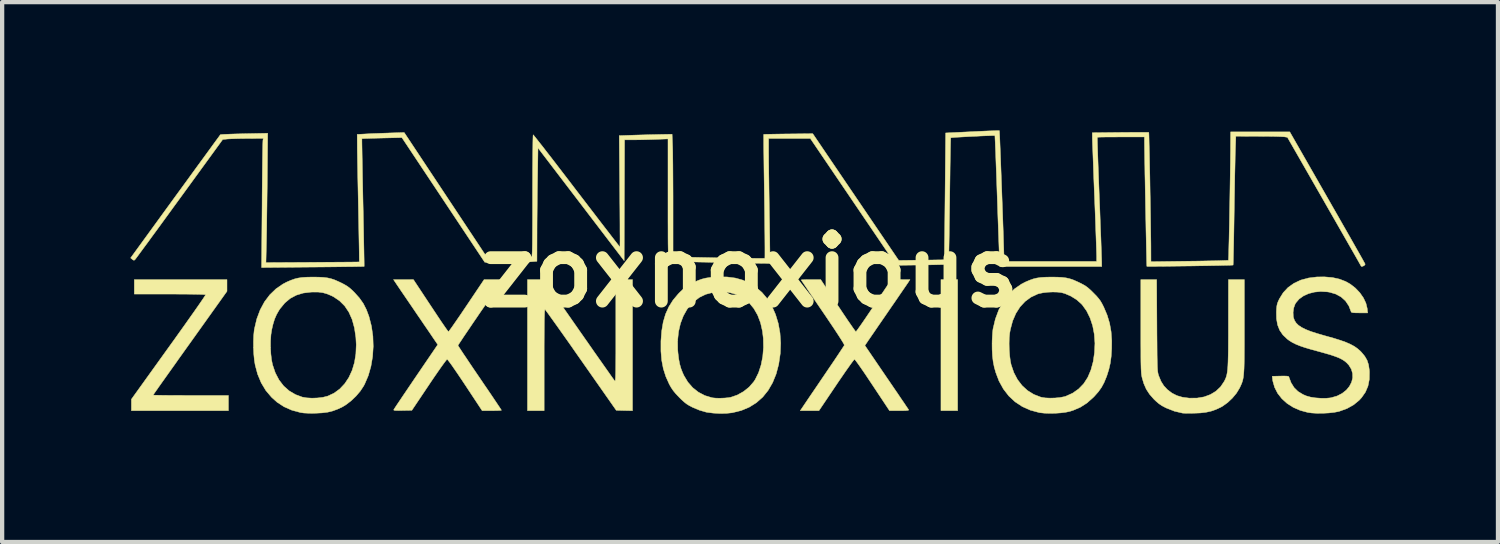
<source format=kicad_pcb>
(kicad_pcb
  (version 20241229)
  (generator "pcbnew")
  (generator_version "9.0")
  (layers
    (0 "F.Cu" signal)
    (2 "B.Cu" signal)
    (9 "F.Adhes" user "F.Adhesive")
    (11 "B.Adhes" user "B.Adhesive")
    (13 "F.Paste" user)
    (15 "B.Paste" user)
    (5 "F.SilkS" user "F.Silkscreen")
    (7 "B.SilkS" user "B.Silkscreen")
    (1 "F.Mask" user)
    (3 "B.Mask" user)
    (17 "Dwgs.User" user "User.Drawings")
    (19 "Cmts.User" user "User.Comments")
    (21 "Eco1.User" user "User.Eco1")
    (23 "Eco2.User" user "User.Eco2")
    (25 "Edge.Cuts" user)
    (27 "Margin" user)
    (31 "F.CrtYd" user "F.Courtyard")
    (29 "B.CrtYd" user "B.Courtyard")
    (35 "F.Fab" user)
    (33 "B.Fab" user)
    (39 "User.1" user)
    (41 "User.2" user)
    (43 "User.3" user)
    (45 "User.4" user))
  (footprint "zoxnoxious"
    (layer "F.Cu")
    (at 14.484 3.302)
    (property "Reference" "zoxnoxious" (at 0 0 0) (layer "F.SilkS") (effects (font (size 1.524 1.524) (thickness 0.3))))
    (attr through_hole)
    (fp_poly (pts (xy 4.86 3.251) (xy 4.47 3.251) (xy 4.47 0.186) (xy 4.86 0.186) (xy 4.86 3.251)) (stroke (width 0.01) (type solid)) (fill yes) (layer "F.SilkS"))
    (fp_poly (pts (xy -12.226 0.459) (xy -13.089 1.668) (xy -13.218 1.848) (xy -13.341 2.02) (xy -13.456 2.183) (xy -13.563 2.333) (xy -13.66 2.469) (xy -13.746 2.59) (xy -13.819 2.693) (xy -13.877 2.776) (xy -13.92 2.837) (xy -13.946 2.875) (xy -13.953 2.886) (xy -13.937 2.888) (xy -13.89 2.89) (xy -13.815 2.891) (xy -13.716 2.893) (xy -13.595 2.894) (xy -13.457 2.895) (xy -13.303 2.895) (xy -13.138 2.896) (xy -13.073 2.896) (xy -12.192 2.896) (xy -12.192 3.251) (xy -14.461 3.251) (xy -14.461 2.984) (xy -13.589 1.77) (xy -13.459 1.59) (xy -13.336 1.417) (xy -13.22 1.255) (xy -13.113 1.103) (xy -13.016 0.966) (xy -12.93 0.844) (xy -12.858 0.74) (xy -12.8 0.656) (xy -12.758 0.593) (xy -12.733 0.554) (xy -12.726 0.541) (xy -12.745 0.537) (xy -12.795 0.534) (xy -12.875 0.531) (xy -12.982 0.529) (xy -13.113 0.527) (xy -13.267 0.526) (xy -13.441 0.525) (xy -13.565 0.525) (xy -14.393 0.525) (xy -14.393 0.186) (xy -12.226 0.186) (xy -12.226 0.459)) (stroke (width 0.01) (type solid)) (fill yes) (layer "F.SilkS"))
    (fp_poly (pts (xy -2.743 3.252) (xy -2.933 3.248) (xy -3.123 3.243) (xy -3.947 2.067) (xy -4.072 1.889) (xy -4.191 1.718) (xy -4.304 1.558) (xy -4.409 1.41) (xy -4.504 1.276) (xy -4.588 1.159) (xy -4.659 1.06) (xy -4.716 0.98) (xy -4.758 0.924) (xy -4.783 0.891) (xy -4.789 0.884) (xy -4.793 0.892) (xy -4.797 0.917) (xy -4.8 0.963) (xy -4.802 1.031) (xy -4.805 1.123) (xy -4.806 1.239) (xy -4.807 1.383) (xy -4.808 1.555) (xy -4.809 1.757) (xy -4.809 1.99) (xy -4.809 2.064) (xy -4.809 3.251) (xy -5.199 3.251) (xy -5.199 0.186) (xy -4.818 0.187) (xy -3.997 1.364) (xy -3.872 1.543) (xy -3.752 1.714) (xy -3.64 1.875) (xy -3.535 2.024) (xy -3.44 2.159) (xy -3.356 2.278) (xy -3.285 2.379) (xy -3.228 2.46) (xy -3.186 2.518) (xy -3.161 2.552) (xy -3.154 2.56) (xy -3.15 2.558) (xy -3.146 2.543) (xy -3.143 2.513) (xy -3.14 2.466) (xy -3.138 2.4) (xy -3.136 2.312) (xy -3.135 2.202) (xy -3.134 2.067) (xy -3.133 1.905) (xy -3.133 1.714) (xy -3.133 1.491) (xy -3.133 1.382) (xy -3.133 0.186) (xy -2.743 0.186) (xy -2.743 3.252)) (stroke (width 0.01) (type solid)) (fill yes) (layer "F.SilkS"))
    (fp_poly (pts (xy 9.52 1.257) (xy 9.521 1.475) (xy 9.523 1.661) (xy 9.524 1.818) (xy 9.525 1.95) (xy 9.527 2.059) (xy 9.529 2.148) (xy 9.531 2.219) (xy 9.534 2.275) (xy 9.537 2.319) (xy 9.542 2.354) (xy 9.547 2.381) (xy 9.553 2.405) (xy 9.559 2.427) (xy 9.562 2.434) (xy 9.616 2.565) (xy 9.682 2.67) (xy 9.765 2.759) (xy 9.766 2.76) (xy 9.873 2.841) (xy 9.987 2.899) (xy 10.116 2.937) (xy 10.268 2.957) (xy 10.279 2.958) (xy 10.458 2.957) (xy 10.624 2.929) (xy 10.772 2.874) (xy 10.902 2.795) (xy 11.01 2.692) (xy 11.095 2.566) (xy 11.1 2.556) (xy 11.118 2.519) (xy 11.134 2.482) (xy 11.147 2.442) (xy 11.158 2.397) (xy 11.167 2.343) (xy 11.174 2.279) (xy 11.18 2.2) (xy 11.184 2.105) (xy 11.187 1.991) (xy 11.19 1.855) (xy 11.191 1.695) (xy 11.192 1.507) (xy 11.192 1.288) (xy 11.192 1.198) (xy 11.193 0.186) (xy 11.565 0.186) (xy 11.565 1.283) (xy 11.565 1.514) (xy 11.565 1.714) (xy 11.564 1.886) (xy 11.563 2.033) (xy 11.561 2.156) (xy 11.558 2.259) (xy 11.553 2.345) (xy 11.547 2.417) (xy 11.54 2.476) (xy 11.53 2.526) (xy 11.518 2.57) (xy 11.504 2.611) (xy 11.487 2.65) (xy 11.468 2.692) (xy 11.451 2.726) (xy 11.38 2.843) (xy 11.285 2.957) (xy 11.174 3.062) (xy 11.057 3.146) (xy 11.015 3.17) (xy 10.899 3.224) (xy 10.787 3.263) (xy 10.669 3.289) (xy 10.535 3.305) (xy 10.406 3.31) (xy 10.315 3.312) (xy 10.232 3.312) (xy 10.166 3.311) (xy 10.123 3.309) (xy 10.118 3.308) (xy 9.928 3.263) (xy 9.737 3.188) (xy 9.721 3.18) (xy 9.638 3.136) (xy 9.567 3.088) (xy 9.496 3.027) (xy 9.45 2.983) (xy 9.349 2.868) (xy 9.272 2.75) (xy 9.214 2.618) (xy 9.178 2.497) (xy 9.171 2.469) (xy 9.165 2.44) (xy 9.16 2.408) (xy 9.156 2.37) (xy 9.153 2.322) (xy 9.15 2.264) (xy 9.148 2.19) (xy 9.146 2.1) (xy 9.145 1.989) (xy 9.145 1.856) (xy 9.144 1.698) (xy 9.144 1.511) (xy 9.144 1.294) (xy 9.144 0.186) (xy 9.514 0.186) (xy 9.52 1.257)) (stroke (width 0.01) (type solid)) (fill yes) (layer "F.SilkS"))
    (fp_poly (pts (xy -5.846 0.292) (xy -5.903 0.372) (xy -5.969 0.468) (xy -6.045 0.576) (xy -6.126 0.694) (xy -6.211 0.818) (xy -6.299 0.945) (xy -6.386 1.073) (xy -6.471 1.197) (xy -6.551 1.316) (xy -6.625 1.425) (xy -6.691 1.522) (xy -6.745 1.604) (xy -6.787 1.667) (xy -6.814 1.708) (xy -6.824 1.725) (xy -6.824 1.725) (xy -6.815 1.742) (xy -6.788 1.784) (xy -6.746 1.849) (xy -6.69 1.933) (xy -6.621 2.035) (xy -6.543 2.152) (xy -6.456 2.281) (xy -6.361 2.42) (xy -6.316 2.486) (xy -6.22 2.628) (xy -6.129 2.761) (xy -6.046 2.883) (xy -5.973 2.992) (xy -5.911 3.084) (xy -5.862 3.157) (xy -5.828 3.209) (xy -5.81 3.237) (xy -5.808 3.241) (xy -5.824 3.245) (xy -5.868 3.248) (xy -5.933 3.25) (xy -6.013 3.251) (xy -6.034 3.251) (xy -6.259 3.251) (xy -6.656 2.65) (xy -6.75 2.509) (xy -6.835 2.383) (xy -6.91 2.274) (xy -6.973 2.183) (xy -7.023 2.115) (xy -7.058 2.07) (xy -7.076 2.05) (xy -7.078 2.05) (xy -7.093 2.064) (xy -7.124 2.103) (xy -7.17 2.165) (xy -7.229 2.247) (xy -7.298 2.346) (xy -7.376 2.459) (xy -7.461 2.584) (xy -7.503 2.647) (xy -7.903 3.243) (xy -8.119 3.247) (xy -8.209 3.249) (xy -8.271 3.248) (xy -8.307 3.245) (xy -8.324 3.239) (xy -8.326 3.229) (xy -8.326 3.229) (xy -8.315 3.211) (xy -8.287 3.167) (xy -8.243 3.101) (xy -8.185 3.015) (xy -8.116 2.912) (xy -8.036 2.794) (xy -7.948 2.664) (xy -7.854 2.525) (xy -7.807 2.456) (xy -7.297 1.707) (xy -7.397 1.561) (xy -7.43 1.512) (xy -7.479 1.439) (xy -7.542 1.347) (xy -7.615 1.241) (xy -7.694 1.124) (xy -7.778 1.002) (xy -7.843 0.906) (xy -7.926 0.784) (xy -8.006 0.667) (xy -8.08 0.558) (xy -8.146 0.462) (xy -8.2 0.382) (xy -8.24 0.323) (xy -8.261 0.292) (xy -8.332 0.186) (xy -7.866 0.187) (xy -7.463 0.796) (xy -7.378 0.924) (xy -7.299 1.043) (xy -7.227 1.151) (xy -7.164 1.243) (xy -7.113 1.317) (xy -7.075 1.37) (xy -7.052 1.4) (xy -7.047 1.405) (xy -7.035 1.392) (xy -7.006 1.353) (xy -6.962 1.292) (xy -6.906 1.211) (xy -6.838 1.113) (xy -6.762 1.002) (xy -6.679 0.879) (xy -6.623 0.796) (xy -6.213 0.186) (xy -5.771 0.186) (xy -5.846 0.292)) (stroke (width 0.01) (type solid)) (fill yes) (layer "F.SilkS"))
    (fp_poly (pts (xy -0.53 0.125) (xy -0.338 0.15) (xy -0.163 0.199) (xy 0.001 0.274) (xy 0.14 0.362) (xy 0.284 0.486) (xy 0.411 0.636) (xy 0.517 0.809) (xy 0.602 1.002) (xy 0.666 1.212) (xy 0.706 1.435) (xy 0.722 1.67) (xy 0.713 1.912) (xy 0.712 1.917) (xy 0.676 2.166) (xy 0.616 2.393) (xy 0.533 2.597) (xy 0.428 2.778) (xy 0.302 2.934) (xy 0.154 3.065) (xy -0.014 3.17) (xy -0.201 3.248) (xy -0.408 3.299) (xy -0.423 3.301) (xy -0.556 3.315) (xy -0.706 3.317) (xy -0.858 3.308) (xy -0.998 3.29) (xy -1.024 3.285) (xy -1.181 3.239) (xy -1.338 3.173) (xy -1.415 3.133) (xy -1.478 3.094) (xy -1.536 3.048) (xy -1.601 2.989) (xy -1.651 2.939) (xy -1.73 2.856) (xy -1.79 2.783) (xy -1.839 2.711) (xy -1.883 2.633) (xy -1.963 2.455) (xy -2.022 2.271) (xy -2.06 2.074) (xy -2.078 1.86) (xy -2.078 1.623) (xy -2.078 1.622) (xy -2.077 1.61) (xy -1.688 1.61) (xy -1.686 1.825) (xy -1.679 1.902) (xy -1.662 2.042) (xy -1.64 2.159) (xy -1.611 2.262) (xy -1.572 2.362) (xy -1.541 2.43) (xy -1.449 2.583) (xy -1.335 2.714) (xy -1.202 2.819) (xy -1.052 2.898) (xy -0.889 2.947) (xy -0.864 2.952) (xy -0.786 2.959) (xy -0.689 2.96) (xy -0.588 2.956) (xy -0.496 2.947) (xy -0.444 2.938) (xy -0.291 2.885) (xy -0.146 2.804) (xy -0.016 2.7) (xy 0.091 2.577) (xy 0.126 2.524) (xy 0.205 2.364) (xy 0.264 2.182) (xy 0.303 1.984) (xy 0.32 1.775) (xy 0.316 1.561) (xy 0.296 1.393) (xy 0.251 1.195) (xy 0.183 1.017) (xy 0.094 0.862) (xy -0.014 0.731) (xy -0.141 0.626) (xy -0.243 0.569) (xy -0.356 0.522) (xy -0.465 0.492) (xy -0.584 0.477) (xy -0.688 0.474) (xy -0.867 0.488) (xy -1.029 0.53) (xy -1.176 0.601) (xy -1.312 0.704) (xy -1.358 0.748) (xy -1.466 0.879) (xy -1.554 1.035) (xy -1.621 1.211) (xy -1.666 1.404) (xy -1.688 1.61) (xy -2.077 1.61) (xy -2.06 1.388) (xy -2.025 1.18) (xy -1.97 0.993) (xy -1.894 0.824) (xy -1.796 0.668) (xy -1.674 0.522) (xy -1.642 0.489) (xy -1.568 0.418) (xy -1.506 0.365) (xy -1.444 0.322) (xy -1.371 0.282) (xy -1.337 0.265) (xy -1.227 0.214) (xy -1.129 0.177) (xy -1.033 0.152) (xy -0.929 0.136) (xy -0.806 0.126) (xy -0.744 0.123) (xy -0.53 0.125)) (stroke (width 0.01) (type solid)) (fill yes) (layer "F.SilkS"))
    (fp_poly (pts (xy 2.061 0.796) (xy 2.146 0.924) (xy 2.226 1.043) (xy 2.298 1.15) (xy 2.362 1.242) (xy 2.413 1.316) (xy 2.452 1.37) (xy 2.475 1.399) (xy 2.481 1.405) (xy 2.493 1.391) (xy 2.523 1.352) (xy 2.567 1.29) (xy 2.624 1.209) (xy 2.691 1.111) (xy 2.767 0.999) (xy 2.85 0.877) (xy 2.904 0.795) (xy 3.31 0.187) (xy 3.528 0.187) (xy 3.746 0.186) (xy 3.716 0.233) (xy 3.701 0.256) (xy 3.668 0.304) (xy 3.62 0.374) (xy 3.559 0.463) (xy 3.487 0.568) (xy 3.407 0.685) (xy 3.319 0.812) (xy 3.243 0.923) (xy 3.151 1.057) (xy 3.062 1.186) (xy 2.98 1.305) (xy 2.907 1.412) (xy 2.844 1.503) (xy 2.795 1.575) (xy 2.76 1.625) (xy 2.746 1.647) (xy 2.691 1.727) (xy 3.196 2.468) (xy 3.293 2.61) (xy 3.384 2.743) (xy 3.468 2.866) (xy 3.542 2.976) (xy 3.606 3.069) (xy 3.656 3.144) (xy 3.692 3.197) (xy 3.712 3.226) (xy 3.715 3.23) (xy 3.713 3.239) (xy 3.692 3.245) (xy 3.649 3.249) (xy 3.579 3.251) (xy 3.497 3.251) (xy 3.267 3.251) (xy 2.868 2.65) (xy 2.783 2.523) (xy 2.704 2.404) (xy 2.631 2.298) (xy 2.568 2.207) (xy 2.516 2.134) (xy 2.477 2.082) (xy 2.454 2.053) (xy 2.449 2.049) (xy 2.435 2.063) (xy 2.405 2.101) (xy 2.359 2.163) (xy 2.302 2.244) (xy 2.233 2.341) (xy 2.157 2.452) (xy 2.073 2.574) (xy 2.022 2.65) (xy 1.617 3.251) (xy 1.399 3.251) (xy 1.181 3.251) (xy 1.211 3.205) (xy 1.227 3.182) (xy 1.259 3.134) (xy 1.307 3.063) (xy 1.367 2.974) (xy 1.439 2.868) (xy 1.521 2.748) (xy 1.609 2.618) (xy 1.703 2.479) (xy 1.721 2.453) (xy 1.815 2.314) (xy 1.904 2.183) (xy 1.985 2.064) (xy 2.056 1.957) (xy 2.116 1.867) (xy 2.163 1.796) (xy 2.195 1.747) (xy 2.21 1.723) (xy 2.211 1.721) (xy 2.204 1.701) (xy 2.178 1.654) (xy 2.133 1.581) (xy 2.07 1.483) (xy 1.99 1.361) (xy 1.893 1.216) (xy 1.78 1.048) (xy 1.712 0.948) (xy 1.615 0.806) (xy 1.524 0.673) (xy 1.441 0.551) (xy 1.368 0.442) (xy 1.306 0.35) (xy 1.257 0.277) (xy 1.222 0.225) (xy 1.204 0.198) (xy 1.202 0.194) (xy 1.218 0.191) (xy 1.262 0.189) (xy 1.327 0.187) (xy 1.407 0.186) (xy 1.43 0.186) (xy 1.658 0.186) (xy 2.061 0.796)) (stroke (width 0.01) (type solid)) (fill yes) (layer "F.SilkS"))
    (fp_poly (pts (xy -10.076 0.129) (xy -9.966 0.135) (xy -9.872 0.147) (xy -9.787 0.167) (xy -9.702 0.196) (xy -9.607 0.238) (xy -9.55 0.265) (xy -9.47 0.307) (xy -9.405 0.347) (xy -9.343 0.395) (xy -9.275 0.458) (xy -9.244 0.489) (xy -9.13 0.616) (xy -9.039 0.745) (xy -8.966 0.888) (xy -8.906 1.048) (xy -8.848 1.274) (xy -8.814 1.51) (xy -8.806 1.749) (xy -8.821 1.986) (xy -8.86 2.216) (xy -8.922 2.433) (xy -9.007 2.631) (xy -9.031 2.675) (xy -9.109 2.794) (xy -9.209 2.911) (xy -9.322 3.019) (xy -9.44 3.11) (xy -9.525 3.162) (xy -9.645 3.218) (xy -9.757 3.259) (xy -9.872 3.287) (xy -10 3.303) (xy -10.152 3.311) (xy -10.307 3.312) (xy -10.43 3.306) (xy -10.507 3.295) (xy -10.71 3.24) (xy -10.891 3.16) (xy -11.054 3.054) (xy -11.184 2.937) (xy -11.318 2.779) (xy -11.426 2.599) (xy -11.51 2.397) (xy -11.567 2.184) (xy -11.586 2.069) (xy -11.599 1.932) (xy -11.606 1.784) (xy -11.606 1.771) (xy -11.208 1.771) (xy -11.2 1.923) (xy -11.184 2.062) (xy -11.161 2.176) (xy -11.096 2.367) (xy -11.009 2.533) (xy -10.901 2.674) (xy -10.772 2.788) (xy -10.622 2.876) (xy -10.465 2.934) (xy -10.36 2.952) (xy -10.237 2.959) (xy -10.107 2.954) (xy -9.983 2.939) (xy -9.878 2.913) (xy -9.874 2.912) (xy -9.723 2.842) (xy -9.589 2.744) (xy -9.473 2.621) (xy -9.376 2.475) (xy -9.299 2.308) (xy -9.244 2.123) (xy -9.212 1.921) (xy -9.203 1.706) (xy -9.212 1.541) (xy -9.245 1.318) (xy -9.299 1.12) (xy -9.375 0.949) (xy -9.473 0.803) (xy -9.593 0.683) (xy -9.735 0.587) (xy -9.777 0.566) (xy -9.883 0.521) (xy -9.984 0.492) (xy -10.092 0.478) (xy -10.218 0.477) (xy -10.261 0.479) (xy -10.443 0.501) (xy -10.604 0.55) (xy -10.747 0.626) (xy -10.873 0.732) (xy -10.984 0.866) (xy -11.007 0.9) (xy -11.066 1.002) (xy -11.113 1.11) (xy -11.151 1.235) (xy -11.179 1.355) (xy -11.198 1.477) (xy -11.207 1.619) (xy -11.208 1.771) (xy -11.606 1.771) (xy -11.607 1.635) (xy -11.602 1.495) (xy -11.59 1.375) (xy -11.584 1.338) (xy -11.529 1.105) (xy -11.45 0.894) (xy -11.349 0.706) (xy -11.225 0.542) (xy -11.081 0.403) (xy -10.917 0.29) (xy -10.829 0.244) (xy -10.734 0.203) (xy -10.649 0.172) (xy -10.565 0.151) (xy -10.473 0.137) (xy -10.367 0.13) (xy -10.236 0.127) (xy -10.211 0.127) (xy -10.076 0.129)) (stroke (width 0.01) (type solid)) (fill yes) (layer "F.SilkS"))
    (fp_poly (pts (xy 7.196 0.129) (xy 7.306 0.135) (xy 7.399 0.147) (xy 7.485 0.167) (xy 7.57 0.196) (xy 7.665 0.238) (xy 7.722 0.265) (xy 7.797 0.304) (xy 7.859 0.341) (xy 7.915 0.384) (xy 7.978 0.44) (xy 8.037 0.499) (xy 8.108 0.571) (xy 8.159 0.631) (xy 8.201 0.688) (xy 8.238 0.752) (xy 8.278 0.831) (xy 8.357 1.018) (xy 8.414 1.207) (xy 8.449 1.405) (xy 8.464 1.619) (xy 8.462 1.803) (xy 8.451 1.983) (xy 8.43 2.14) (xy 8.397 2.285) (xy 8.351 2.431) (xy 8.341 2.458) (xy 8.285 2.594) (xy 8.224 2.707) (xy 8.15 2.811) (xy 8.056 2.917) (xy 8.026 2.947) (xy 7.882 3.074) (xy 7.73 3.171) (xy 7.56 3.244) (xy 7.484 3.268) (xy 7.391 3.288) (xy 7.274 3.303) (xy 7.145 3.312) (xy 7.014 3.314) (xy 6.89 3.31) (xy 6.786 3.299) (xy 6.765 3.295) (xy 6.558 3.239) (xy 6.371 3.155) (xy 6.203 3.044) (xy 6.056 2.907) (xy 5.93 2.744) (xy 5.827 2.557) (xy 5.753 2.362) (xy 5.716 2.231) (xy 5.691 2.105) (xy 5.675 1.972) (xy 5.667 1.823) (xy 5.666 1.719) (xy 5.666 1.684) (xy 6.064 1.684) (xy 6.067 1.825) (xy 6.077 1.963) (xy 6.093 2.088) (xy 6.111 2.176) (xy 6.174 2.36) (xy 6.26 2.524) (xy 6.368 2.665) (xy 6.495 2.781) (xy 6.64 2.871) (xy 6.8 2.933) (xy 6.818 2.938) (xy 6.91 2.953) (xy 7.021 2.958) (xy 7.139 2.955) (xy 7.254 2.944) (xy 7.353 2.925) (xy 7.39 2.914) (xy 7.551 2.841) (xy 7.69 2.743) (xy 7.808 2.621) (xy 7.903 2.474) (xy 7.977 2.3) (xy 8.031 2.101) (xy 8.061 1.893) (xy 8.071 1.675) (xy 8.056 1.465) (xy 8.018 1.266) (xy 7.957 1.083) (xy 7.876 0.918) (xy 7.775 0.778) (xy 7.753 0.754) (xy 7.641 0.655) (xy 7.509 0.573) (xy 7.368 0.512) (xy 7.287 0.49) (xy 7.195 0.479) (xy 7.085 0.476) (xy 6.968 0.481) (xy 6.857 0.494) (xy 6.762 0.514) (xy 6.732 0.523) (xy 6.576 0.596) (xy 6.438 0.697) (xy 6.32 0.824) (xy 6.223 0.976) (xy 6.147 1.151) (xy 6.094 1.349) (xy 6.078 1.438) (xy 6.067 1.552) (xy 6.064 1.684) (xy 5.666 1.684) (xy 5.667 1.616) (xy 5.672 1.514) (xy 5.678 1.422) (xy 5.686 1.351) (xy 5.688 1.338) (xy 5.743 1.107) (xy 5.821 0.897) (xy 5.922 0.709) (xy 6.044 0.545) (xy 6.188 0.405) (xy 6.351 0.292) (xy 6.443 0.244) (xy 6.538 0.203) (xy 6.623 0.172) (xy 6.707 0.151) (xy 6.799 0.137) (xy 6.905 0.13) (xy 7.036 0.127) (xy 7.061 0.127) (xy 7.196 0.129)) (stroke (width 0.01) (type solid)) (fill yes) (layer "F.SilkS"))
    (fp_poly (pts (xy 13.628 0.139) (xy 13.79 0.175) (xy 13.935 0.231) (xy 14.041 0.291) (xy 14.161 0.384) (xy 14.265 0.493) (xy 14.349 0.613) (xy 14.408 0.738) (xy 14.438 0.861) (xy 14.439 0.869) (xy 14.449 0.965) (xy 14.26 0.965) (xy 14.169 0.964) (xy 14.108 0.96) (xy 14.075 0.953) (xy 14.064 0.944) (xy 14.009 0.802) (xy 13.93 0.684) (xy 13.828 0.592) (xy 13.703 0.524) (xy 13.556 0.481) (xy 13.506 0.473) (xy 13.352 0.464) (xy 13.205 0.478) (xy 13.068 0.513) (xy 12.947 0.568) (xy 12.846 0.64) (xy 12.77 0.729) (xy 12.75 0.764) (xy 12.719 0.851) (xy 12.705 0.951) (xy 12.709 1.048) (xy 12.716 1.08) (xy 12.74 1.145) (xy 12.777 1.202) (xy 12.83 1.254) (xy 12.902 1.303) (xy 12.995 1.35) (xy 13.113 1.397) (xy 13.258 1.444) (xy 13.433 1.495) (xy 13.479 1.508) (xy 13.661 1.559) (xy 13.814 1.607) (xy 13.942 1.653) (xy 14.048 1.7) (xy 14.137 1.748) (xy 14.212 1.801) (xy 14.279 1.86) (xy 14.304 1.886) (xy 14.381 1.979) (xy 14.435 2.073) (xy 14.469 2.176) (xy 14.487 2.299) (xy 14.49 2.345) (xy 14.487 2.52) (xy 14.456 2.677) (xy 14.396 2.818) (xy 14.306 2.947) (xy 14.251 3.007) (xy 14.121 3.114) (xy 13.966 3.201) (xy 13.79 3.265) (xy 13.769 3.271) (xy 13.665 3.291) (xy 13.538 3.305) (xy 13.401 3.312) (xy 13.264 3.313) (xy 13.137 3.305) (xy 13.05 3.293) (xy 12.872 3.245) (xy 12.709 3.174) (xy 12.565 3.082) (xy 12.443 2.972) (xy 12.344 2.846) (xy 12.273 2.707) (xy 12.23 2.557) (xy 12.223 2.505) (xy 12.217 2.447) (xy 12.408 2.442) (xy 12.497 2.441) (xy 12.556 2.443) (xy 12.591 2.448) (xy 12.605 2.458) (xy 12.605 2.459) (xy 12.658 2.599) (xy 12.729 2.713) (xy 12.821 2.803) (xy 12.938 2.874) (xy 13.018 2.908) (xy 13.112 2.934) (xy 13.227 2.952) (xy 13.351 2.961) (xy 13.471 2.962) (xy 13.577 2.952) (xy 13.601 2.947) (xy 13.737 2.907) (xy 13.853 2.847) (xy 13.949 2.771) (xy 14.022 2.683) (xy 14.072 2.587) (xy 14.098 2.485) (xy 14.096 2.382) (xy 14.067 2.281) (xy 14.008 2.185) (xy 13.952 2.126) (xy 13.905 2.088) (xy 13.85 2.053) (xy 13.784 2.02) (xy 13.703 1.987) (xy 13.601 1.952) (xy 13.476 1.915) (xy 13.323 1.872) (xy 13.285 1.862) (xy 13.117 1.816) (xy 12.979 1.775) (xy 12.865 1.736) (xy 12.771 1.698) (xy 12.692 1.659) (xy 12.623 1.617) (xy 12.569 1.577) (xy 12.466 1.479) (xy 12.391 1.37) (xy 12.342 1.245) (xy 12.317 1.102) (xy 12.314 0.946) (xy 12.318 0.862) (xy 12.325 0.8) (xy 12.336 0.75) (xy 12.354 0.701) (xy 12.382 0.642) (xy 12.384 0.637) (xy 12.474 0.492) (xy 12.587 0.371) (xy 12.725 0.273) (xy 12.884 0.198) (xy 13.065 0.149) (xy 13.266 0.124) (xy 13.444 0.123) (xy 13.628 0.139)) (stroke (width 0.01) (type solid)) (fill yes) (layer "F.SilkS"))
    (fp_poly (pts (xy 5.836 -3.297) (xy 5.836 -3.297) (xy 5.838 -3.279) (xy 5.84 -3.231) (xy 5.844 -3.155) (xy 5.848 -3.054) (xy 5.853 -2.93) (xy 5.859 -2.788) (xy 5.865 -2.63) (xy 5.871 -2.459) (xy 5.878 -2.277) (xy 5.885 -2.089) (xy 5.892 -1.896) (xy 5.899 -1.702) (xy 5.906 -1.509) (xy 5.913 -1.322) (xy 5.919 -1.142) (xy 5.925 -0.972) (xy 5.93 -0.816) (xy 5.934 -0.677) (xy 5.938 -0.557) (xy 5.941 -0.46) (xy 5.943 -0.388) (xy 5.943 -0.344) (xy 5.943 -0.343) (xy 5.944 -0.237) (xy 8.111 -0.237) (xy 8.111 -0.36) (xy 8.11 -0.396) (xy 8.108 -0.464) (xy 8.105 -0.559) (xy 8.101 -0.68) (xy 8.096 -0.823) (xy 8.09 -0.984) (xy 8.084 -1.163) (xy 8.077 -1.354) (xy 8.069 -1.556) (xy 8.061 -1.766) (xy 8.06 -1.778) (xy 8.052 -1.987) (xy 8.044 -2.187) (xy 8.037 -2.377) (xy 8.031 -2.553) (xy 8.025 -2.712) (xy 8.02 -2.851) (xy 8.015 -2.969) (xy 8.012 -3.061) (xy 8.01 -3.125) (xy 8.01 -3.159) (xy 8.01 -3.161) (xy 8.009 -3.248) (xy 8.666 -3.255) (xy 8.811 -3.256) (xy 8.946 -3.257) (xy 9.067 -3.257) (xy 9.169 -3.258) (xy 9.249 -3.257) (xy 9.304 -3.257) (xy 9.329 -3.255) (xy 9.33 -3.255) (xy 9.332 -3.238) (xy 9.334 -3.189) (xy 9.336 -3.113) (xy 9.338 -3.012) (xy 9.341 -2.89) (xy 9.345 -2.748) (xy 9.348 -2.591) (xy 9.351 -2.421) (xy 9.355 -2.242) (xy 9.358 -2.055) (xy 9.361 -1.865) (xy 9.365 -1.675) (xy 9.368 -1.486) (xy 9.371 -1.304) (xy 9.373 -1.129) (xy 9.375 -0.966) (xy 9.377 -0.817) (xy 9.379 -0.686) (xy 9.38 -0.576) (xy 9.38 -0.535) (xy 9.381 -0.232) (xy 10.282 -0.244) (xy 10.454 -0.246) (xy 10.615 -0.249) (xy 10.763 -0.252) (xy 10.894 -0.254) (xy 11.005 -0.257) (xy 11.093 -0.26) (xy 11.155 -0.262) (xy 11.188 -0.264) (xy 11.192 -0.265) (xy 11.194 -0.283) (xy 11.196 -0.331) (xy 11.199 -0.408) (xy 11.201 -0.509) (xy 11.204 -0.632) (xy 11.208 -0.774) (xy 11.211 -0.931) (xy 11.215 -1.101) (xy 11.218 -1.281) (xy 11.221 -1.467) (xy 11.225 -1.657) (xy 11.228 -1.847) (xy 11.231 -2.035) (xy 11.234 -2.217) (xy 11.236 -2.39) (xy 11.239 -2.552) (xy 11.24 -2.7) (xy 11.242 -2.829) (xy 11.242 -2.934) (xy 11.244 -3.268) (xy 12.627 -3.268) (xy 13.506 -1.732) (xy 13.626 -1.522) (xy 13.742 -1.32) (xy 13.851 -1.128) (xy 13.954 -0.948) (xy 14.049 -0.782) (xy 14.134 -0.631) (xy 14.209 -0.499) (xy 14.273 -0.387) (xy 14.324 -0.296) (xy 14.361 -0.229) (xy 14.384 -0.188) (xy 14.39 -0.175) (xy 14.382 -0.155) (xy 14.355 -0.135) (xy 14.324 -0.122) (xy 14.3 -0.122) (xy 14.296 -0.127) (xy 14.287 -0.144) (xy 14.262 -0.188) (xy 14.223 -0.258) (xy 14.17 -0.351) (xy 14.105 -0.465) (xy 14.028 -0.599) (xy 13.942 -0.75) (xy 13.846 -0.918) (xy 13.743 -1.098) (xy 13.633 -1.29) (xy 13.517 -1.492) (xy 13.431 -1.643) (xy 12.572 -3.141) (xy 12.497 -3.153) (xy 12.461 -3.155) (xy 12.396 -3.158) (xy 12.307 -3.161) (xy 12.199 -3.163) (xy 12.077 -3.164) (xy 11.945 -3.165) (xy 11.893 -3.165) (xy 11.366 -3.167) (xy 11.356 -2.874) (xy 11.354 -2.808) (xy 11.351 -2.711) (xy 11.349 -2.587) (xy 11.346 -2.44) (xy 11.342 -2.274) (xy 11.339 -2.092) (xy 11.336 -1.898) (xy 11.332 -1.696) (xy 11.329 -1.488) (xy 11.327 -1.372) (xy 11.324 -1.172) (xy 11.321 -0.983) (xy 11.318 -0.806) (xy 11.315 -0.645) (xy 11.312 -0.502) (xy 11.309 -0.38) (xy 11.307 -0.282) (xy 11.305 -0.209) (xy 11.303 -0.166) (xy 11.302 -0.154) (xy 11.284 -0.152) (xy 11.236 -0.15) (xy 11.161 -0.148) (xy 11.063 -0.146) (xy 10.946 -0.143) (xy 10.813 -0.141) (xy 10.668 -0.138) (xy 10.514 -0.136) (xy 10.355 -0.133) (xy 10.195 -0.131) (xy 10.037 -0.129) (xy 9.885 -0.127) (xy 9.742 -0.125) (xy 9.613 -0.124) (xy 9.499 -0.123) (xy 9.407 -0.123) (xy 9.338 -0.123) (xy 9.296 -0.123) (xy 9.285 -0.124) (xy 9.284 -0.142) (xy 9.282 -0.19) (xy 9.28 -0.266) (xy 9.278 -0.367) (xy 9.275 -0.49) (xy 9.272 -0.632) (xy 9.269 -0.79) (xy 9.265 -0.962) (xy 9.262 -1.143) (xy 9.258 -1.332) (xy 9.254 -1.525) (xy 9.251 -1.72) (xy 9.247 -1.913) (xy 9.244 -2.101) (xy 9.24 -2.282) (xy 9.238 -2.452) (xy 9.235 -2.609) (xy 9.233 -2.749) (xy 9.231 -2.87) (xy 9.23 -2.969) (xy 9.229 -3.043) (xy 9.229 -3.061) (xy 9.229 -3.15) (xy 8.681 -3.15) (xy 8.548 -3.149) (xy 8.427 -3.149) (xy 8.321 -3.148) (xy 8.234 -3.147) (xy 8.17 -3.145) (xy 8.133 -3.143) (xy 8.126 -3.142) (xy 8.126 -3.125) (xy 8.127 -3.076) (xy 8.129 -2.998) (xy 8.132 -2.894) (xy 8.136 -2.766) (xy 8.141 -2.617) (xy 8.147 -2.45) (xy 8.154 -2.266) (xy 8.161 -2.068) (xy 8.169 -1.859) (xy 8.173 -1.75) (xy 8.182 -1.533) (xy 8.19 -1.323) (xy 8.197 -1.124) (xy 8.204 -0.938) (xy 8.211 -0.768) (xy 8.216 -0.616) (xy 8.221 -0.486) (xy 8.224 -0.38) (xy 8.227 -0.301) (xy 8.228 -0.252) (xy 8.229 -0.241) (xy 8.23 -0.119) (xy 5.847 -0.119) (xy 5.836 -0.36) (xy 5.833 -0.416) (xy 5.83 -0.503) (xy 5.826 -0.618) (xy 5.821 -0.756) (xy 5.815 -0.915) (xy 5.809 -1.092) (xy 5.802 -1.282) (xy 5.795 -1.483) (xy 5.788 -1.692) (xy 5.781 -1.888) (xy 5.774 -2.094) (xy 5.767 -2.289) (xy 5.76 -2.472) (xy 5.754 -2.64) (xy 5.749 -2.79) (xy 5.743 -2.92) (xy 5.739 -3.026) (xy 5.735 -3.107) (xy 5.733 -3.159) (xy 5.731 -3.181) (xy 5.731 -3.181) (xy 5.713 -3.182) (xy 5.666 -3.182) (xy 5.596 -3.179) (xy 5.507 -3.176) (xy 5.404 -3.172) (xy 5.293 -3.166) (xy 5.179 -3.161) (xy 5.066 -3.155) (xy 4.959 -3.149) (xy 4.865 -3.144) (xy 4.787 -3.139) (xy 4.731 -3.134) (xy 4.702 -3.131) (xy 4.699 -3.13) (xy 4.698 -3.112) (xy 4.696 -3.063) (xy 4.694 -2.985) (xy 4.692 -2.881) (xy 4.69 -2.752) (xy 4.687 -2.602) (xy 4.684 -2.432) (xy 4.682 -2.246) (xy 4.679 -2.046) (xy 4.676 -1.833) (xy 4.674 -1.651) (xy 4.671 -1.431) (xy 4.668 -1.221) (xy 4.665 -1.022) (xy 4.663 -0.839) (xy 4.66 -0.673) (xy 4.657 -0.526) (xy 4.655 -0.401) (xy 4.653 -0.301) (xy 4.651 -0.228) (xy 4.649 -0.184) (xy 4.648 -0.172) (xy 4.63 -0.17) (xy 4.582 -0.168) (xy 4.508 -0.165) (xy 4.411 -0.163) (xy 4.296 -0.16) (xy 4.166 -0.158) (xy 4.034 -0.156) (xy 3.428 -0.148) (xy 2.421 -1.632) (xy 1.414 -3.116) (xy 0.927 -3.116) (xy 0.44 -3.116) (xy 0.44 -2.771) (xy 0.441 -2.692) (xy 0.441 -2.583) (xy 0.443 -2.449) (xy 0.444 -2.293) (xy 0.447 -2.119) (xy 0.449 -1.932) (xy 0.452 -1.736) (xy 0.455 -1.534) (xy 0.458 -1.331) (xy 0.458 -1.313) (xy 0.462 -1.122) (xy 0.464 -0.941) (xy 0.467 -0.773) (xy 0.468 -0.622) (xy 0.47 -0.488) (xy 0.471 -0.376) (xy 0.471 -0.289) (xy 0.471 -0.228) (xy 0.471 -0.197) (xy 0.47 -0.194) (xy 0.453 -0.193) (xy 0.405 -0.193) (xy 0.329 -0.194) (xy 0.23 -0.195) (xy 0.11 -0.197) (xy -0.027 -0.199) (xy -0.177 -0.202) (xy -0.339 -0.206) (xy -0.508 -0.209) (xy -0.68 -0.213) (xy -0.853 -0.217) (xy -1.024 -0.221) (xy -1.188 -0.224) (xy -1.343 -0.228) (xy -1.486 -0.232) (xy -1.612 -0.235) (xy -1.719 -0.238) (xy -1.803 -0.241) (xy -1.861 -0.244) (xy -1.89 -0.245) (xy -1.892 -0.246) (xy -1.896 -0.254) (xy -1.9 -0.275) (xy -1.903 -0.313) (xy -1.905 -0.368) (xy -1.907 -0.442) (xy -1.909 -0.538) (xy -1.911 -0.657) (xy -1.912 -0.8) (xy -1.912 -0.97) (xy -1.913 -1.168) (xy -1.913 -1.396) (xy -1.913 -1.656) (xy -1.913 -3.104) (xy -2.206 -3.093) (xy -2.323 -3.089) (xy -2.449 -3.086) (xy -2.571 -3.083) (xy -2.677 -3.082) (xy -2.713 -3.082) (xy -2.929 -3.082) (xy -2.934 -1.669) (xy -2.938 -0.255) (xy -4.953 -2.893) (xy -4.963 -2.221) (xy -4.966 -2.036) (xy -4.969 -1.828) (xy -4.971 -1.608) (xy -4.973 -1.386) (xy -4.975 -1.173) (xy -4.976 -0.979) (xy -4.976 -0.896) (xy -4.978 -0.242) (xy -5.118 -0.231) (xy -5.173 -0.228) (xy -5.256 -0.226) (xy -5.36 -0.223) (xy -5.479 -0.222) (xy -5.607 -0.221) (xy -5.728 -0.22) (xy -6.198 -0.22) (xy -7.167 -1.678) (xy -8.136 -3.135) (xy -8.602 -3.124) (xy -8.724 -3.121) (xy -8.834 -3.118) (xy -8.928 -3.115) (xy -9.002 -3.113) (xy -9.051 -3.111) (xy -9.071 -3.109) (xy -9.071 -3.109) (xy -9.071 -3.092) (xy -9.071 -3.044) (xy -9.07 -2.967) (xy -9.068 -2.863) (xy -9.066 -2.734) (xy -9.063 -2.584) (xy -9.06 -2.415) (xy -9.057 -2.229) (xy -9.053 -2.028) (xy -9.049 -1.816) (xy -9.045 -1.617) (xy -9.04 -1.395) (xy -9.036 -1.184) (xy -9.032 -0.984) (xy -9.029 -0.8) (xy -9.026 -0.632) (xy -9.023 -0.484) (xy -9.021 -0.358) (xy -9.019 -0.257) (xy -9.018 -0.182) (xy -9.018 -0.136) (xy -9.018 -0.122) (xy -9.035 -0.121) (xy -9.083 -0.12) (xy -9.159 -0.119) (xy -9.262 -0.117) (xy -9.387 -0.116) (xy -9.533 -0.114) (xy -9.696 -0.112) (xy -9.875 -0.11) (xy -10.065 -0.108) (xy -10.219 -0.107) (xy -11.417 -0.096) (xy -11.405 -1.559) (xy -11.404 -1.78) (xy -11.402 -1.992) (xy -11.4 -2.192) (xy -11.398 -2.378) (xy -11.396 -2.547) (xy -11.394 -2.697) (xy -11.392 -2.825) (xy -11.39 -2.929) (xy -11.388 -3.006) (xy -11.386 -3.054) (xy -11.385 -3.069) (xy -11.377 -3.116) (xy -11.746 -3.114) (xy -11.862 -3.113) (xy -11.974 -3.111) (xy -12.074 -3.108) (xy -12.155 -3.105) (xy -12.211 -3.102) (xy -12.221 -3.101) (xy -12.326 -3.09) (xy -13.336 -1.702) (xy -13.477 -1.509) (xy -13.612 -1.323) (xy -13.741 -1.146) (xy -13.861 -0.981) (xy -13.973 -0.829) (xy -14.073 -0.691) (xy -14.162 -0.571) (xy -14.237 -0.469) (xy -14.297 -0.387) (xy -14.341 -0.328) (xy -14.367 -0.293) (xy -14.374 -0.285) (xy -14.396 -0.266) (xy -14.416 -0.27) (xy -14.441 -0.288) (xy -14.479 -0.32) (xy -13.435 -1.756) (xy -13.292 -1.952) (xy -13.155 -2.14) (xy -13.025 -2.319) (xy -12.903 -2.487) (xy -12.79 -2.641) (xy -12.688 -2.781) (xy -12.599 -2.903) (xy -12.523 -3.008) (xy -12.462 -3.091) (xy -12.416 -3.153) (xy -12.389 -3.191) (xy -12.38 -3.203) (xy -12.361 -3.205) (xy -12.313 -3.209) (xy -12.238 -3.212) (xy -12.142 -3.216) (xy -12.029 -3.22) (xy -11.902 -3.223) (xy -11.822 -3.225) (xy -11.274 -3.236) (xy -11.284 -2.147) (xy -11.286 -1.943) (xy -11.289 -1.737) (xy -11.291 -1.534) (xy -11.294 -1.339) (xy -11.296 -1.155) (xy -11.298 -0.987) (xy -11.301 -0.841) (xy -11.303 -0.719) (xy -11.305 -0.635) (xy -11.315 -0.211) (xy -10.225 -0.217) (xy -10.036 -0.219) (xy -9.858 -0.22) (xy -9.692 -0.221) (xy -9.543 -0.222) (xy -9.412 -0.223) (xy -9.303 -0.224) (xy -9.218 -0.225) (xy -9.161 -0.226) (xy -9.133 -0.227) (xy -9.132 -0.227) (xy -9.131 -0.244) (xy -9.132 -0.293) (xy -9.133 -0.369) (xy -9.134 -0.472) (xy -9.136 -0.598) (xy -9.139 -0.744) (xy -9.142 -0.907) (xy -9.145 -1.086) (xy -9.149 -1.277) (xy -9.152 -1.441) (xy -9.156 -1.649) (xy -9.16 -1.854) (xy -9.164 -2.052) (xy -9.168 -2.239) (xy -9.171 -2.413) (xy -9.174 -2.569) (xy -9.176 -2.704) (xy -9.178 -2.815) (xy -9.179 -2.897) (xy -9.179 -2.929) (xy -9.181 -3.209) (xy -8.997 -3.219) (xy -8.922 -3.223) (xy -8.822 -3.228) (xy -8.706 -3.232) (xy -8.582 -3.237) (xy -8.459 -3.241) (xy -8.448 -3.242) (xy -8.082 -3.253) (xy -7.11 -1.787) (xy -6.138 -0.321) (xy -5.63 -0.331) (xy -5.502 -0.334) (xy -5.384 -0.337) (xy -5.281 -0.34) (xy -5.197 -0.343) (xy -5.137 -0.345) (xy -5.105 -0.347) (xy -5.101 -0.348) (xy -5.097 -0.356) (xy -5.094 -0.377) (xy -5.091 -0.415) (xy -5.088 -0.47) (xy -5.086 -0.544) (xy -5.084 -0.639) (xy -5.083 -0.758) (xy -5.082 -0.901) (xy -5.081 -1.071) (xy -5.08 -1.269) (xy -5.08 -1.497) (xy -5.08 -1.757) (xy -5.08 -1.777) (xy -5.08 -2.002) (xy -5.079 -2.215) (xy -5.079 -2.413) (xy -5.077 -2.593) (xy -5.076 -2.755) (xy -5.074 -2.895) (xy -5.073 -3.012) (xy -5.071 -3.103) (xy -5.069 -3.165) (xy -5.066 -3.197) (xy -5.065 -3.2) (xy -5.053 -3.187) (xy -5.022 -3.149) (xy -4.973 -3.087) (xy -4.908 -3.004) (xy -4.827 -2.902) (xy -4.734 -2.781) (xy -4.628 -2.645) (xy -4.512 -2.494) (xy -4.387 -2.331) (xy -4.254 -2.158) (xy -4.115 -1.976) (xy -4.048 -1.888) (xy -3.906 -1.703) (xy -3.77 -1.525) (xy -3.641 -1.357) (xy -3.521 -1.2) (xy -3.411 -1.057) (xy -3.312 -0.929) (xy -3.227 -0.818) (xy -3.155 -0.725) (xy -3.099 -0.653) (xy -3.06 -0.604) (xy -3.04 -0.579) (xy -3.037 -0.576) (xy -3.036 -0.592) (xy -3.036 -0.64) (xy -3.035 -0.716) (xy -3.035 -0.819) (xy -3.036 -0.945) (xy -3.036 -1.092) (xy -3.037 -1.258) (xy -3.038 -1.439) (xy -3.04 -1.633) (xy -3.041 -1.838) (xy -3.042 -1.878) (xy -3.053 -3.18) (xy -2.759 -3.19) (xy -2.637 -3.194) (xy -2.495 -3.198) (xy -2.347 -3.202) (xy -2.207 -3.205) (xy -2.14 -3.207) (xy -1.817 -3.213) (xy -1.806 -2.933) (xy -1.804 -2.867) (xy -1.802 -2.771) (xy -1.801 -2.649) (xy -1.799 -2.503) (xy -1.798 -2.339) (xy -1.797 -2.16) (xy -1.796 -1.969) (xy -1.795 -1.77) (xy -1.795 -1.567) (xy -1.795 -1.505) (xy -1.795 -0.357) (xy -1.74 -0.349) (xy -1.71 -0.347) (xy -1.652 -0.344) (xy -1.568 -0.341) (xy -1.462 -0.338) (xy -1.337 -0.335) (xy -1.198 -0.332) (xy -1.047 -0.329) (xy -0.889 -0.326) (xy -0.727 -0.322) (xy -0.563 -0.32) (xy -0.403 -0.317) (xy -0.249 -0.315) (xy -0.105 -0.313) (xy 0.025 -0.311) (xy 0.139 -0.31) (xy 0.231 -0.31) (xy 0.3 -0.31) (xy 0.341 -0.311) (xy 0.352 -0.312) (xy 0.353 -0.33) (xy 0.354 -0.38) (xy 0.354 -0.458) (xy 0.354 -0.563) (xy 0.353 -0.691) (xy 0.352 -0.842) (xy 0.35 -1.011) (xy 0.348 -1.196) (xy 0.346 -1.396) (xy 0.343 -1.607) (xy 0.341 -1.763) (xy 0.338 -1.981) (xy 0.335 -2.189) (xy 0.332 -2.384) (xy 0.33 -2.565) (xy 0.328 -2.728) (xy 0.326 -2.872) (xy 0.325 -2.994) (xy 0.325 -3.09) (xy 0.324 -3.16) (xy 0.324 -3.2) (xy 0.325 -3.209) (xy 0.343 -3.21) (xy 0.39 -3.212) (xy 0.463 -3.213) (xy 0.559 -3.215) (xy 0.672 -3.217) (xy 0.8 -3.219) (xy 0.901 -3.22) (xy 1.472 -3.226) (xy 2.477 -1.744) (xy 3.483 -0.262) (xy 4.015 -0.269) (xy 4.145 -0.27) (xy 4.264 -0.272) (xy 4.368 -0.274) (xy 4.452 -0.275) (xy 4.512 -0.276) (xy 4.544 -0.277) (xy 4.549 -0.277) (xy 4.55 -0.294) (xy 4.55 -0.342) (xy 4.551 -0.42) (xy 4.553 -0.524) (xy 4.554 -0.652) (xy 4.556 -0.801) (xy 4.558 -0.97) (xy 4.56 -1.156) (xy 4.562 -1.357) (xy 4.564 -1.569) (xy 4.566 -1.761) (xy 4.58 -3.243) (xy 5.205 -3.273) (xy 5.347 -3.28) (xy 5.478 -3.286) (xy 5.594 -3.291) (xy 5.692 -3.294) (xy 5.767 -3.297) (xy 5.816 -3.297) (xy 5.836 -3.297)) (stroke (width 0.01) (type solid)) (fill yes) (layer "F.SilkS")))
  (gr_rect
    (start -3 -3)
    (end 31.98 9.624)
    (stroke (width 0.1) (type default))
    (fill no)
    (layer "Edge.Cuts")))
</source>
